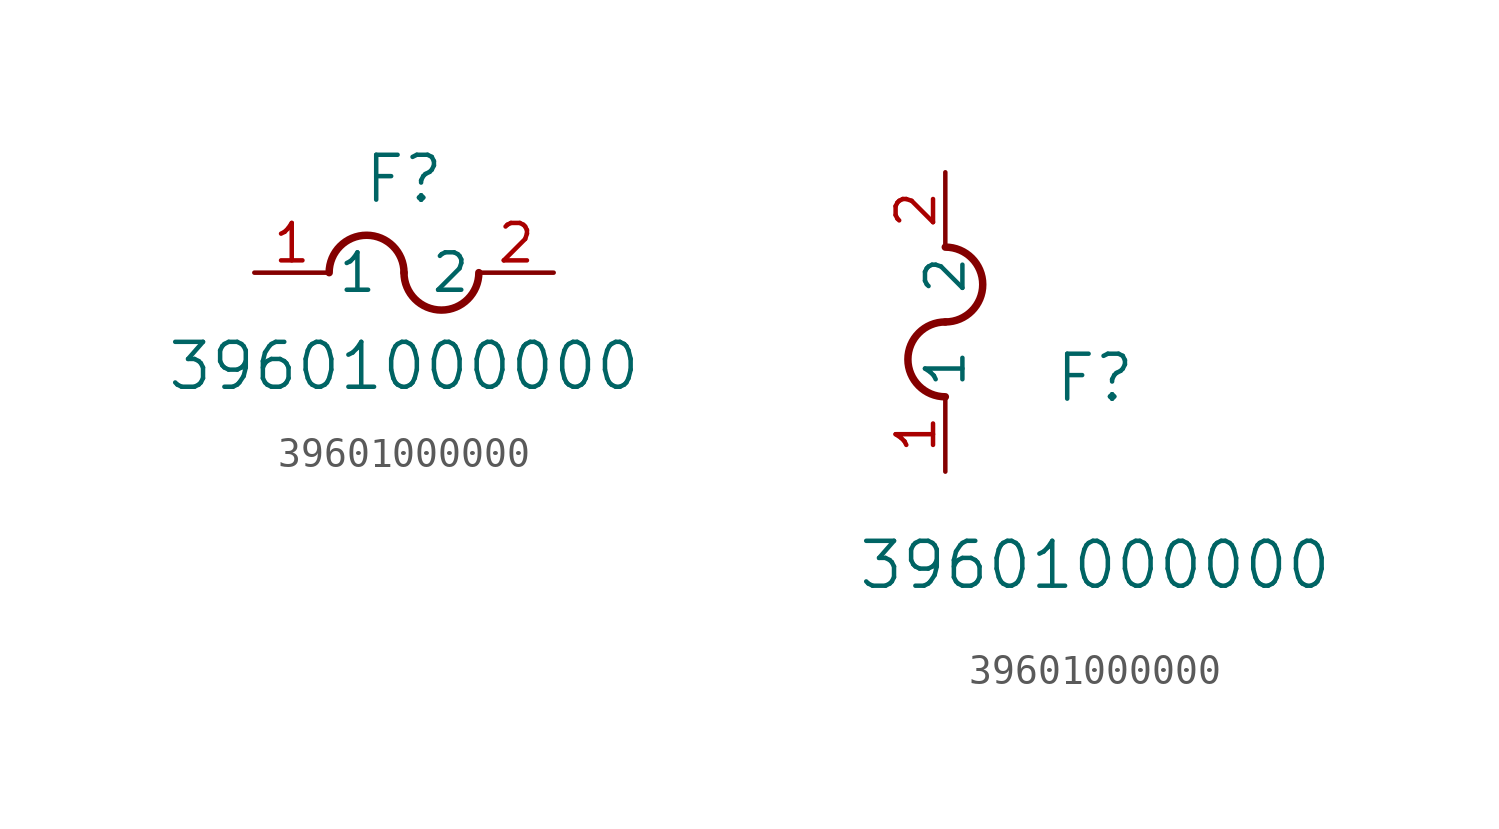
<source format=kicad_sym>
(kicad_symbol_lib
  (version 20211014)
  (generator kicad_symbol_editor)
  (symbol "39601000000"
    (pin_names
      (offset 0.254))
    (property "Reference" "F"
      (at 5.08 3.175 0)
      (effects (font (size 1.524 1.524))))
    (property "Value" "39601000000"
      (at 5.08 -3.175 0)
      (effects (font (size 1.524 1.524))))
    (symbol "39601000000_1_1"
      (arc (start 5.08 0) (mid 3.81 1.27) (end 2.54 0) (stroke (width 0.254) (type default) (color 0 0 0 0)) (fill (type none)))
      (arc (start 5.08 0) (mid 6.35 -1.27) (end 7.62 0) (stroke (width 0.254) (type default) (color 0 0 0 0)) (fill (type none)))
      (pin unspecified line (at 0 0 0) (length 2.54) (name "1" (effects (font (size 1.27 1.27)))) (number "1" (effects (font (size 1.27 1.27)))))
      (pin unspecified line (at 10.16 0 180) (length 2.54) (name "2" (effects (font (size 1.27 1.27)))) (number "2" (effects (font (size 1.27 1.27))))))
    (symbol "39601000000_1_2"
      (arc (start 0 5.08) (mid -1.27 3.81) (end 0 2.54) (stroke (width 0.254) (type default) (color 0 0 0 0)) (fill (type none)))
      (arc (start 0 5.08) (mid 1.27 6.35) (end 0 7.62) (stroke (width 0.254) (type default) (color 0 0 0 0)) (fill (type none)))
      (pin unspecified line (at 0 0 90) (length 2.54) (name "1" (effects (font (size 1.27 1.27)))) (number "1" (effects (font (size 1.27 1.27)))))
      (pin unspecified line (at 0 10.16 270) (length 2.54) (name "2" (effects (font (size 1.27 1.27)))) (number "2" (effects (font (size 1.27 1.27))))))))
</source>
